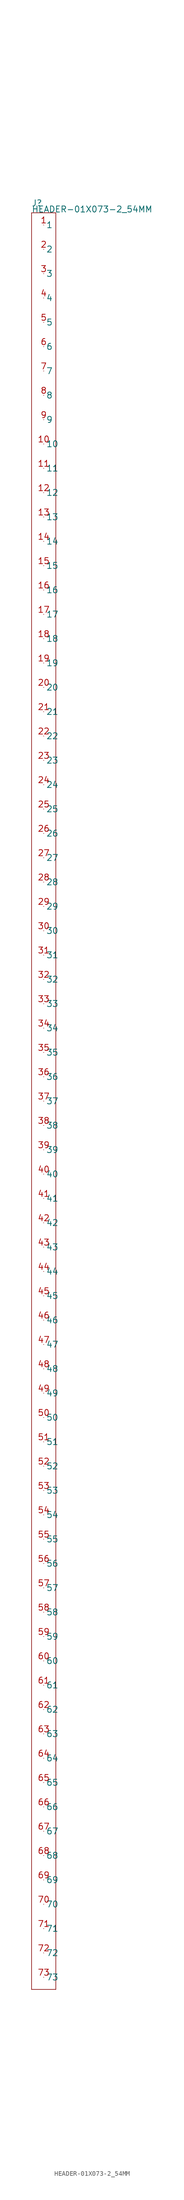
<source format=kicad_sym>
(kicad_symbol_lib
  (version 20211014)
  (generator kicad_symbol_editor)
  (symbol "HEADER-01X073-2_54MM"
    (pin_names)
    (property "Reference" "J"
      (at -2.54 186.69 0)
      (effects (font (size 1.27 1.27)) (justify left bottom)))
    (property "Value" "HEADER-01X073-2_54MM"
      (at -2.54 185.42 0)
      (effects (font (size 1.27 1.27)) (justify left bottom)))
    (property "Datasheet" ""
      (at 0 0 0))
    (property "ki_description" "Header 1x73  - Header Vertical 73POS 2.54MM Technical Specifications: Pitch: 0.1\" (2.54mm) "
      (at 0 0 0))
    (property "ki_fp_filters" "FlashPCB_Connectors:HEADER-THT-01X073-2_54MM FlashPCB_Connectors:HEADER-THT-LONG-01X073-2_54MM FlashPCB_Connectors:HEADER-THT-NOSILK-01X073-2_54MM FlashPCB_Connectors:HEADER-THT-LONG-NOSILK-01X073-2_54MM"
      (at 0 0 0))
    (symbol "HEADER-01X073-2_54MM_1_1"
      (polyline (pts (xy -2.54 185.42) (xy 2.54 185.42)) (stroke (width 0.127)) (fill (type none)))
      (polyline (pts (xy 2.54 185.42) (xy 2.54 -185.42)) (stroke (width 0.127)) (fill (type none)))
      (polyline (pts (xy 2.54 -185.42) (xy -2.54 -185.42)) (stroke (width 0.127)) (fill (type none)))
      (polyline (pts (xy -2.54 -185.42) (xy -2.54 185.42)) (stroke (width 0.127)) (fill (type none)))
      (pin bidirectional line (at 0 182.88 0) (length 0) (name "1" (effects (font (size 1.27 1.27)))) (number "1" (effects (font (size 1.27 1.27)))))
      (pin bidirectional line (at 0 177.8 0) (length 0) (name "2" (effects (font (size 1.27 1.27)))) (number "2" (effects (font (size 1.27 1.27)))))
      (pin bidirectional line (at 0 172.72 0) (length 0) (name "3" (effects (font (size 1.27 1.27)))) (number "3" (effects (font (size 1.27 1.27)))))
      (pin bidirectional line (at 0 167.64 0) (length 0) (name "4" (effects (font (size 1.27 1.27)))) (number "4" (effects (font (size 1.27 1.27)))))
      (pin bidirectional line (at 0 162.56 0) (length 0) (name "5" (effects (font (size 1.27 1.27)))) (number "5" (effects (font (size 1.27 1.27)))))
      (pin bidirectional line (at 0 157.48 0) (length 0) (name "6" (effects (font (size 1.27 1.27)))) (number "6" (effects (font (size 1.27 1.27)))))
      (pin bidirectional line (at 0 152.4 0) (length 0) (name "7" (effects (font (size 1.27 1.27)))) (number "7" (effects (font (size 1.27 1.27)))))
      (pin bidirectional line (at 0 147.32 0) (length 0) (name "8" (effects (font (size 1.27 1.27)))) (number "8" (effects (font (size 1.27 1.27)))))
      (pin bidirectional line (at 0 142.24 0) (length 0) (name "9" (effects (font (size 1.27 1.27)))) (number "9" (effects (font (size 1.27 1.27)))))
      (pin bidirectional line (at 0 137.16 0) (length 0) (name "10" (effects (font (size 1.27 1.27)))) (number "10" (effects (font (size 1.27 1.27)))))
      (pin bidirectional line (at 0 132.08 0) (length 0) (name "11" (effects (font (size 1.27 1.27)))) (number "11" (effects (font (size 1.27 1.27)))))
      (pin bidirectional line (at 0 127 0) (length 0) (name "12" (effects (font (size 1.27 1.27)))) (number "12" (effects (font (size 1.27 1.27)))))
      (pin bidirectional line (at 0 121.92 0) (length 0) (name "13" (effects (font (size 1.27 1.27)))) (number "13" (effects (font (size 1.27 1.27)))))
      (pin bidirectional line (at 0 116.84 0) (length 0) (name "14" (effects (font (size 1.27 1.27)))) (number "14" (effects (font (size 1.27 1.27)))))
      (pin bidirectional line (at 0 111.76 0) (length 0) (name "15" (effects (font (size 1.27 1.27)))) (number "15" (effects (font (size 1.27 1.27)))))
      (pin bidirectional line (at 0 106.68 0) (length 0) (name "16" (effects (font (size 1.27 1.27)))) (number "16" (effects (font (size 1.27 1.27)))))
      (pin bidirectional line (at 0 101.6 0) (length 0) (name "17" (effects (font (size 1.27 1.27)))) (number "17" (effects (font (size 1.27 1.27)))))
      (pin bidirectional line (at 0 96.52 0) (length 0) (name "18" (effects (font (size 1.27 1.27)))) (number "18" (effects (font (size 1.27 1.27)))))
      (pin bidirectional line (at 0 91.44 0) (length 0) (name "19" (effects (font (size 1.27 1.27)))) (number "19" (effects (font (size 1.27 1.27)))))
      (pin bidirectional line (at 0 86.36 0) (length 0) (name "20" (effects (font (size 1.27 1.27)))) (number "20" (effects (font (size 1.27 1.27)))))
      (pin bidirectional line (at 0 81.28 0) (length 0) (name "21" (effects (font (size 1.27 1.27)))) (number "21" (effects (font (size 1.27 1.27)))))
      (pin bidirectional line (at 0 76.2 0) (length 0) (name "22" (effects (font (size 1.27 1.27)))) (number "22" (effects (font (size 1.27 1.27)))))
      (pin bidirectional line (at 0 71.12 0) (length 0) (name "23" (effects (font (size 1.27 1.27)))) (number "23" (effects (font (size 1.27 1.27)))))
      (pin bidirectional line (at 0 66.04 0) (length 0) (name "24" (effects (font (size 1.27 1.27)))) (number "24" (effects (font (size 1.27 1.27)))))
      (pin bidirectional line (at 0 60.96 0) (length 0) (name "25" (effects (font (size 1.27 1.27)))) (number "25" (effects (font (size 1.27 1.27)))))
      (pin bidirectional line (at 0 55.88 0) (length 0) (name "26" (effects (font (size 1.27 1.27)))) (number "26" (effects (font (size 1.27 1.27)))))
      (pin bidirectional line (at 0 50.8 0) (length 0) (name "27" (effects (font (size 1.27 1.27)))) (number "27" (effects (font (size 1.27 1.27)))))
      (pin bidirectional line (at 0 45.72 0) (length 0) (name "28" (effects (font (size 1.27 1.27)))) (number "28" (effects (font (size 1.27 1.27)))))
      (pin bidirectional line (at 0 40.64 0) (length 0) (name "29" (effects (font (size 1.27 1.27)))) (number "29" (effects (font (size 1.27 1.27)))))
      (pin bidirectional line (at 0 35.56 0) (length 0) (name "30" (effects (font (size 1.27 1.27)))) (number "30" (effects (font (size 1.27 1.27)))))
      (pin bidirectional line (at 0 30.48 0) (length 0) (name "31" (effects (font (size 1.27 1.27)))) (number "31" (effects (font (size 1.27 1.27)))))
      (pin bidirectional line (at 0 25.4 0) (length 0) (name "32" (effects (font (size 1.27 1.27)))) (number "32" (effects (font (size 1.27 1.27)))))
      (pin bidirectional line (at 0 20.32 0) (length 0) (name "33" (effects (font (size 1.27 1.27)))) (number "33" (effects (font (size 1.27 1.27)))))
      (pin bidirectional line (at 0 15.24 0) (length 0) (name "34" (effects (font (size 1.27 1.27)))) (number "34" (effects (font (size 1.27 1.27)))))
      (pin bidirectional line (at 0 10.16 0) (length 0) (name "35" (effects (font (size 1.27 1.27)))) (number "35" (effects (font (size 1.27 1.27)))))
      (pin bidirectional line (at 0 5.08 0) (length 0) (name "36" (effects (font (size 1.27 1.27)))) (number "36" (effects (font (size 1.27 1.27)))))
      (pin bidirectional line (at 0 0 0) (length 0) (name "37" (effects (font (size 1.27 1.27)))) (number "37" (effects (font (size 1.27 1.27)))))
      (pin bidirectional line (at 0 -5.08 0) (length 0) (name "38" (effects (font (size 1.27 1.27)))) (number "38" (effects (font (size 1.27 1.27)))))
      (pin bidirectional line (at 0 -10.16 0) (length 0) (name "39" (effects (font (size 1.27 1.27)))) (number "39" (effects (font (size 1.27 1.27)))))
      (pin bidirectional line (at 0 -15.24 0) (length 0) (name "40" (effects (font (size 1.27 1.27)))) (number "40" (effects (font (size 1.27 1.27)))))
      (pin bidirectional line (at 0 -20.32 0) (length 0) (name "41" (effects (font (size 1.27 1.27)))) (number "41" (effects (font (size 1.27 1.27)))))
      (pin bidirectional line (at 0 -25.4 0) (length 0) (name "42" (effects (font (size 1.27 1.27)))) (number "42" (effects (font (size 1.27 1.27)))))
      (pin bidirectional line (at 0 -30.48 0) (length 0) (name "43" (effects (font (size 1.27 1.27)))) (number "43" (effects (font (size 1.27 1.27)))))
      (pin bidirectional line (at 0 -35.56 0) (length 0) (name "44" (effects (font (size 1.27 1.27)))) (number "44" (effects (font (size 1.27 1.27)))))
      (pin bidirectional line (at 0 -40.64 0) (length 0) (name "45" (effects (font (size 1.27 1.27)))) (number "45" (effects (font (size 1.27 1.27)))))
      (pin bidirectional line (at 0 -45.72 0) (length 0) (name "46" (effects (font (size 1.27 1.27)))) (number "46" (effects (font (size 1.27 1.27)))))
      (pin bidirectional line (at 0 -50.8 0) (length 0) (name "47" (effects (font (size 1.27 1.27)))) (number "47" (effects (font (size 1.27 1.27)))))
      (pin bidirectional line (at 0 -55.88 0) (length 0) (name "48" (effects (font (size 1.27 1.27)))) (number "48" (effects (font (size 1.27 1.27)))))
      (pin bidirectional line (at 0 -60.96 0) (length 0) (name "49" (effects (font (size 1.27 1.27)))) (number "49" (effects (font (size 1.27 1.27)))))
      (pin bidirectional line (at 0 -66.04 0) (length 0) (name "50" (effects (font (size 1.27 1.27)))) (number "50" (effects (font (size 1.27 1.27)))))
      (pin bidirectional line (at 0 -71.12 0) (length 0) (name "51" (effects (font (size 1.27 1.27)))) (number "51" (effects (font (size 1.27 1.27)))))
      (pin bidirectional line (at 0 -76.2 0) (length 0) (name "52" (effects (font (size 1.27 1.27)))) (number "52" (effects (font (size 1.27 1.27)))))
      (pin bidirectional line (at 0 -81.28 0) (length 0) (name "53" (effects (font (size 1.27 1.27)))) (number "53" (effects (font (size 1.27 1.27)))))
      (pin bidirectional line (at 0 -86.36 0) (length 0) (name "54" (effects (font (size 1.27 1.27)))) (number "54" (effects (font (size 1.27 1.27)))))
      (pin bidirectional line (at 0 -91.44 0) (length 0) (name "55" (effects (font (size 1.27 1.27)))) (number "55" (effects (font (size 1.27 1.27)))))
      (pin bidirectional line (at 0 -96.52 0) (length 0) (name "56" (effects (font (size 1.27 1.27)))) (number "56" (effects (font (size 1.27 1.27)))))
      (pin bidirectional line (at 0 -101.6 0) (length 0) (name "57" (effects (font (size 1.27 1.27)))) (number "57" (effects (font (size 1.27 1.27)))))
      (pin bidirectional line (at 0 -106.68 0) (length 0) (name "58" (effects (font (size 1.27 1.27)))) (number "58" (effects (font (size 1.27 1.27)))))
      (pin bidirectional line (at 0 -111.76 0) (length 0) (name "59" (effects (font (size 1.27 1.27)))) (number "59" (effects (font (size 1.27 1.27)))))
      (pin bidirectional line (at 0 -116.84 0) (length 0) (name "60" (effects (font (size 1.27 1.27)))) (number "60" (effects (font (size 1.27 1.27)))))
      (pin bidirectional line (at 0 -121.92 0) (length 0) (name "61" (effects (font (size 1.27 1.27)))) (number "61" (effects (font (size 1.27 1.27)))))
      (pin bidirectional line (at 0 -127 0) (length 0) (name "62" (effects (font (size 1.27 1.27)))) (number "62" (effects (font (size 1.27 1.27)))))
      (pin bidirectional line (at 0 -132.08 0) (length 0) (name "63" (effects (font (size 1.27 1.27)))) (number "63" (effects (font (size 1.27 1.27)))))
      (pin bidirectional line (at 0 -137.16 0) (length 0) (name "64" (effects (font (size 1.27 1.27)))) (number "64" (effects (font (size 1.27 1.27)))))
      (pin bidirectional line (at 0 -142.24 0) (length 0) (name "65" (effects (font (size 1.27 1.27)))) (number "65" (effects (font (size 1.27 1.27)))))
      (pin bidirectional line (at 0 -147.32 0) (length 0) (name "66" (effects (font (size 1.27 1.27)))) (number "66" (effects (font (size 1.27 1.27)))))
      (pin bidirectional line (at 0 -152.4 0) (length 0) (name "67" (effects (font (size 1.27 1.27)))) (number "67" (effects (font (size 1.27 1.27)))))
      (pin bidirectional line (at 0 -157.48 0) (length 0) (name "68" (effects (font (size 1.27 1.27)))) (number "68" (effects (font (size 1.27 1.27)))))
      (pin bidirectional line (at 0 -162.56 0) (length 0) (name "69" (effects (font (size 1.27 1.27)))) (number "69" (effects (font (size 1.27 1.27)))))
      (pin bidirectional line (at 0 -167.64 0) (length 0) (name "70" (effects (font (size 1.27 1.27)))) (number "70" (effects (font (size 1.27 1.27)))))
      (pin bidirectional line (at 0 -172.72 0) (length 0) (name "71" (effects (font (size 1.27 1.27)))) (number "71" (effects (font (size 1.27 1.27)))))
      (pin bidirectional line (at 0 -177.8 0) (length 0) (name "72" (effects (font (size 1.27 1.27)))) (number "72" (effects (font (size 1.27 1.27)))))
      (pin bidirectional line (at 0 -182.88 0) (length 0) (name "73" (effects (font (size 1.27 1.27)))) (number "73" (effects (font (size 1.27 1.27))))))))
</source>
